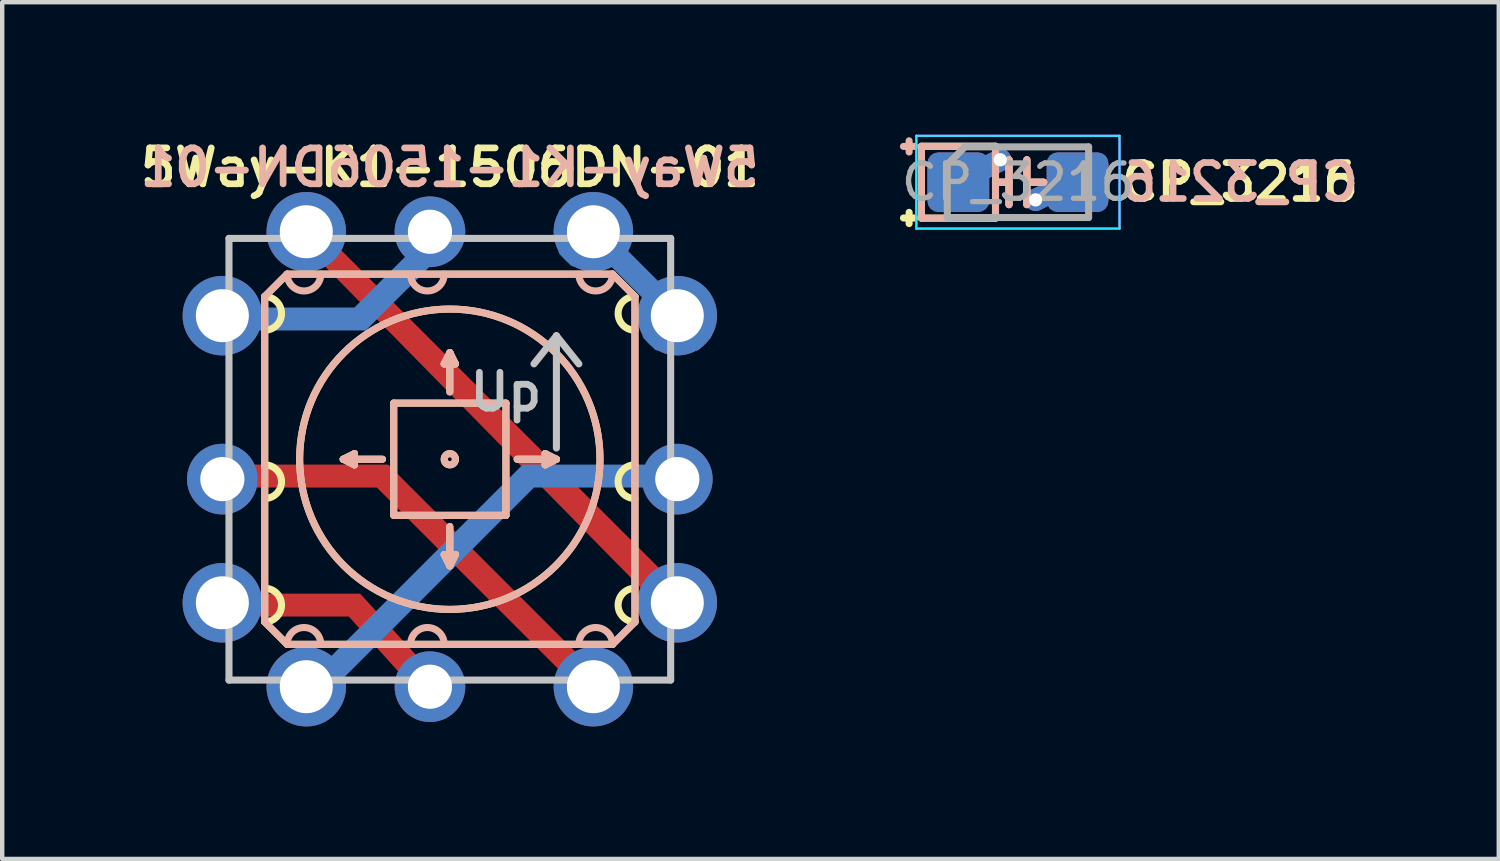
<source format=kicad_pcb>
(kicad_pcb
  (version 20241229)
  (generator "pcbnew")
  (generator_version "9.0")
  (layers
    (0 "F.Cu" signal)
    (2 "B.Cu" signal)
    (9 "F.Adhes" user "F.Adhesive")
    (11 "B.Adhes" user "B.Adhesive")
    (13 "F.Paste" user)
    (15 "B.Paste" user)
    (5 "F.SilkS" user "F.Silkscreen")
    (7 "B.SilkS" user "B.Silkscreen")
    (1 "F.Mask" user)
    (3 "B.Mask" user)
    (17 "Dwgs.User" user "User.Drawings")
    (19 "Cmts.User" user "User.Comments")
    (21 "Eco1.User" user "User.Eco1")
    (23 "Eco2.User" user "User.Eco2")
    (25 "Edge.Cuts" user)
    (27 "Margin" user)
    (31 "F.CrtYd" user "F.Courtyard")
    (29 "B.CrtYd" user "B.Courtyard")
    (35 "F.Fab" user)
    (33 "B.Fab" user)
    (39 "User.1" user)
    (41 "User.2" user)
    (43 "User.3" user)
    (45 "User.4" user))
  (footprint "5Way-K1-1506DN-01"
    (layer "F.Cu")
    (at 7.134 7.347)
    (property "Reference" "5Way-K1-1506DN-01" (at 0 -6.604 0) (layer "F.SilkS") (effects (font (size 0.813 0.813) (thickness 0.152))))
    (attr through_hole)
    (fp_line (start -4.191 -3.683) (end -3.683 -4.191) (stroke (width 0.16) (type solid)) (layer "F.SilkS"))
    (fp_line (start -4.191 3.683) (end -4.191 -3.683) (stroke (width 0.16) (type solid)) (layer "F.SilkS"))
    (fp_line (start -3.683 -4.191) (end 3.683 -4.191) (stroke (width 0.16) (type solid)) (layer "F.SilkS"))
    (fp_line (start -3.683 4.191) (end -4.191 3.683) (stroke (width 0.16) (type solid)) (layer "F.SilkS"))
    (fp_line (start -2.413 0) (end -2.159 -0.127) (stroke (width 0.16) (type solid)) (layer "F.SilkS"))
    (fp_line (start -2.159 -0.127) (end -2.159 0.127) (stroke (width 0.16) (type solid)) (layer "F.SilkS"))
    (fp_line (start -2.159 0.127) (end -2.413 0) (stroke (width 0.16) (type solid)) (layer "F.SilkS"))
    (fp_line (start -1.524 0) (end -2.413 0) (stroke (width 0.16) (type solid)) (layer "F.SilkS"))
    (fp_line (start -1.27 -1.27) (end -1.27 1.27) (stroke (width 0.16) (type solid)) (layer "F.SilkS"))
    (fp_line (start -1.27 1.27) (end 1.27 1.27) (stroke (width 0.16) (type solid)) (layer "F.SilkS"))
    (fp_line (start -0.127 -2.159) (end 0 -2.413) (stroke (width 0.16) (type solid)) (layer "F.SilkS"))
    (fp_line (start -0.127 2.159) (end 0.127 2.159) (stroke (width 0.16) (type solid)) (layer "F.SilkS"))
    (fp_line (start 0 -2.413) (end 0.127 -2.159) (stroke (width 0.16) (type solid)) (layer "F.SilkS"))
    (fp_line (start 0 -1.524) (end 0 -2.413) (stroke (width 0.16) (type solid)) (layer "F.SilkS"))
    (fp_line (start 0 1.524) (end 0 2.413) (stroke (width 0.16) (type solid)) (layer "F.SilkS"))
    (fp_line (start 0 2.413) (end -0.127 2.159) (stroke (width 0.16) (type solid)) (layer "F.SilkS"))
    (fp_line (start 0.127 -2.159) (end -0.127 -2.159) (stroke (width 0.16) (type solid)) (layer "F.SilkS"))
    (fp_line (start 0.127 2.159) (end 0 2.413) (stroke (width 0.16) (type solid)) (layer "F.SilkS"))
    (fp_line (start 1.27 -1.27) (end -1.27 -1.27) (stroke (width 0.16) (type solid)) (layer "F.SilkS"))
    (fp_line (start 1.27 1.27) (end 1.27 -1.27) (stroke (width 0.16) (type solid)) (layer "F.SilkS"))
    (fp_line (start 1.524 0) (end 2.413 0) (stroke (width 0.16) (type solid)) (layer "F.SilkS"))
    (fp_line (start 2.159 -0.127) (end 2.413 0) (stroke (width 0.16) (type solid)) (layer "F.SilkS"))
    (fp_line (start 2.159 0.127) (end 2.159 -0.127) (stroke (width 0.16) (type solid)) (layer "F.SilkS"))
    (fp_line (start 2.413 0) (end 2.159 0.127) (stroke (width 0.16) (type solid)) (layer "F.SilkS"))
    (fp_line (start 3.683 -4.191) (end 4.191 -3.683) (stroke (width 0.16) (type solid)) (layer "F.SilkS"))
    (fp_line (start 3.683 4.191) (end -3.683 4.191) (stroke (width 0.16) (type solid)) (layer "F.SilkS"))
    (fp_line (start 4.191 -3.683) (end 4.191 3.683) (stroke (width 0.16) (type solid)) (layer "F.SilkS"))
    (fp_line (start 4.191 3.683) (end 3.683 4.191) (stroke (width 0.16) (type solid)) (layer "F.SilkS"))
    (fp_arc (start -4.191 -3.683) (mid -3.81 -3.302) (end -4.191 -2.921) (stroke (width 0.16) (type solid)) (layer "F.SilkS"))
    (fp_arc (start -4.191 0.127) (mid -3.81 0.508) (end -4.191 0.889) (stroke (width 0.16) (type solid)) (layer "F.SilkS"))
    (fp_arc (start -4.191 2.921) (mid -3.81 3.302) (end -4.191 3.683) (stroke (width 0.16) (type solid)) (layer "F.SilkS"))
    (fp_arc (start 4.191 -2.921) (mid 3.81 -3.302) (end 4.191 -3.683) (stroke (width 0.16) (type solid)) (layer "F.SilkS"))
    (fp_arc (start 4.191 0.889) (mid 3.81 0.508) (end 4.191 0.127) (stroke (width 0.16) (type solid)) (layer "F.SilkS"))
    (fp_arc (start 4.191 3.683) (mid 3.81 3.302) (end 4.191 2.921) (stroke (width 0.16) (type solid)) (layer "F.SilkS"))
    (fp_circle (center 0 0) (end 0.127 0) (stroke (width 0.16) (type solid)) (fill no) (layer "F.SilkS"))
    (fp_circle (center 0 0) (end 3.4 0) (stroke (width 0.16) (type solid)) (fill no) (layer "F.SilkS"))
    (fp_line (start -4.191 -3.683) (end -3.683 -4.191) (stroke (width 0.16) (type solid)) (layer "B.SilkS"))
    (fp_line (start -4.191 3.683) (end -4.191 -3.683) (stroke (width 0.16) (type solid)) (layer "B.SilkS"))
    (fp_line (start -4.191 3.683) (end -3.683 4.191) (stroke (width 0.16) (type solid)) (layer "B.SilkS"))
    (fp_line (start -3.683 -4.191) (end 3.683 -4.191) (stroke (width 0.16) (type solid)) (layer "B.SilkS"))
    (fp_line (start -2.413 0) (end -2.159 -0.127) (stroke (width 0.16) (type solid)) (layer "B.SilkS"))
    (fp_line (start -2.159 -0.127) (end -2.159 0.127) (stroke (width 0.16) (type solid)) (layer "B.SilkS"))
    (fp_line (start -2.159 0.127) (end -2.413 0) (stroke (width 0.16) (type solid)) (layer "B.SilkS"))
    (fp_line (start -1.524 0) (end -2.413 0) (stroke (width 0.16) (type solid)) (layer "B.SilkS"))
    (fp_line (start -1.27 -1.27) (end -1.27 1.27) (stroke (width 0.16) (type solid)) (layer "B.SilkS"))
    (fp_line (start -1.27 1.27) (end 1.27 1.27) (stroke (width 0.16) (type solid)) (layer "B.SilkS"))
    (fp_line (start -0.127 -2.159) (end 0 -2.413) (stroke (width 0.16) (type solid)) (layer "B.SilkS"))
    (fp_line (start -0.127 2.159) (end 0.127 2.159) (stroke (width 0.16) (type solid)) (layer "B.SilkS"))
    (fp_line (start 0 -2.413) (end 0.127 -2.159) (stroke (width 0.16) (type solid)) (layer "B.SilkS"))
    (fp_line (start 0 -1.524) (end 0 -2.413) (stroke (width 0.16) (type solid)) (layer "B.SilkS"))
    (fp_line (start 0 1.524) (end 0 2.413) (stroke (width 0.16) (type solid)) (layer "B.SilkS"))
    (fp_line (start 0 2.413) (end -0.127 2.159) (stroke (width 0.16) (type solid)) (layer "B.SilkS"))
    (fp_line (start 0.127 -2.159) (end -0.127 -2.159) (stroke (width 0.16) (type solid)) (layer "B.SilkS"))
    (fp_line (start 0.127 2.159) (end 0 2.413) (stroke (width 0.16) (type solid)) (layer "B.SilkS"))
    (fp_line (start 1.27 -1.27) (end -1.27 -1.27) (stroke (width 0.16) (type solid)) (layer "B.SilkS"))
    (fp_line (start 1.27 1.27) (end 1.27 -1.27) (stroke (width 0.16) (type solid)) (layer "B.SilkS"))
    (fp_line (start 1.524 0) (end 2.413 0) (stroke (width 0.16) (type solid)) (layer "B.SilkS"))
    (fp_line (start 2.159 -0.127) (end 2.413 0) (stroke (width 0.16) (type solid)) (layer "B.SilkS"))
    (fp_line (start 2.159 0.127) (end 2.159 -0.127) (stroke (width 0.16) (type solid)) (layer "B.SilkS"))
    (fp_line (start 2.413 0) (end 2.159 0.127) (stroke (width 0.16) (type solid)) (layer "B.SilkS"))
    (fp_line (start 3.683 4.191) (end -3.683 4.191) (stroke (width 0.16) (type solid)) (layer "B.SilkS"))
    (fp_line (start 4.191 -3.683) (end 3.683 -4.191) (stroke (width 0.16) (type solid)) (layer "B.SilkS"))
    (fp_line (start 4.191 -3.683) (end 4.191 3.683) (stroke (width 0.16) (type solid)) (layer "B.SilkS"))
    (fp_line (start 4.191 3.683) (end 3.683 4.191) (stroke (width 0.16) (type solid)) (layer "B.SilkS"))
    (fp_arc (start -3.683 4.191) (mid -3.302 3.81) (end -2.921 4.191) (stroke (width 0.16) (type solid)) (layer "B.SilkS"))
    (fp_arc (start -2.921 -4.191) (mid -3.302 -3.81) (end -3.683 -4.191) (stroke (width 0.16) (type solid)) (layer "B.SilkS"))
    (fp_arc (start -0.889 4.191) (mid -0.508 3.81) (end -0.127 4.191) (stroke (width 0.16) (type solid)) (layer "B.SilkS"))
    (fp_arc (start -0.127 -4.191) (mid -0.508 -3.81) (end -0.889 -4.191) (stroke (width 0.16) (type solid)) (layer "B.SilkS"))
    (fp_arc (start 2.921 4.191) (mid 3.302 3.81) (end 3.683 4.191) (stroke (width 0.16) (type solid)) (layer "B.SilkS"))
    (fp_arc (start 3.683 -4.191) (mid 3.302 -3.81) (end 2.921 -4.191) (stroke (width 0.16) (type solid)) (layer "B.SilkS"))
    (fp_circle (center 0 0) (end 0 0.127) (stroke (width 0.16) (type solid)) (fill no) (layer "B.SilkS"))
    (fp_circle (center 0 0) (end 3.4 0) (stroke (width 0.16) (type solid)) (fill no) (layer "B.SilkS"))
    (fp_line (start -5 -5) (end 5 -5) (stroke (width 0.16) (type solid)) (layer "Dwgs.User"))
    (fp_line (start -5 5) (end -5 -5) (stroke (width 0.16) (type solid)) (layer "Dwgs.User"))
    (fp_line (start 2.413 -2.794) (end 1.905 -2.159) (stroke (width 0.16) (type solid)) (layer "Dwgs.User"))
    (fp_line (start 2.413 -2.794) (end 2.921 -2.159) (stroke (width 0.16) (type solid)) (layer "Dwgs.User"))
    (fp_line (start 2.413 -0.254) (end 2.413 -2.794) (stroke (width 0.16) (type solid)) (layer "Dwgs.User"))
    (fp_line (start 5 -5) (end 5 5) (stroke (width 0.16) (type solid)) (layer "Dwgs.User"))
    (fp_line (start 5 5) (end -5 5) (stroke (width 0.16) (type solid)) (layer "Dwgs.User"))
    (fp_text user "${REFERENCE}" (at 0 -6.604 0) (layer "B.SilkS") (effects (font (size 0.813 0.813) (thickness 0.152)) (justify mirror)))
    (fp_text user "Up" (at 1.27 -1.524 0) (layer "Dwgs.User") (effects (font (size 0.813 0.813) (thickness 0.152))))
    (pad "1" thru_hole circle (at -5.15 -3.25) (size 1.8 1.8) (drill 1.2) (layers "*.Cu" "*.Mask"))
    (pad "1" smd custom (at -2.54 -3.175) (size 0.5 0.5) (layers "B.Cu") (options (anchor circle)) (primitives (gr_poly (pts (xy -1.905 -0.254) (xy -2.413 -0.889) (xy -2.794 -0.889) (xy -3.302 -0.381) (xy -3.302 0.254) (xy -2.921 0.635) (xy -2.286 0.635) (xy -1.905 0.254) (xy 0.635 0.254) (xy 2.159 -1.27) (xy 2.413 -1.27) (xy 2.794 -1.651) (xy 2.794 -2.286) (xy 2.413 -2.667) (xy 1.778 -2.667) (xy 1.397 -2.286) (xy 1.397 -1.651) (xy 1.651 -1.524) (xy 0.381 -0.254)) (width 0.01) (fill yes))))
    (pad "1" thru_hole circle (at -0.45 -5.15) (size 1.6 1.6) (drill 1) (layers "*.Cu" "*.Mask"))
    (pad "2" thru_hole circle (at -5.15 0.45) (size 1.6 1.6) (drill 1) (layers "*.Cu" "*.Mask"))
    (pad "2" smd custom (at 2.032 3.937) (size 0.5 0.5) (layers "F.Cu") (options (anchor circle)) (primitives (gr_poly (pts (xy -6.604 -3.81) (xy -6.985 -4.191) (xy -7.366 -4.191) (xy -7.874 -3.683) (xy -7.874 -3.302) (xy -7.366 -2.794) (xy -6.985 -2.794) (xy -6.477 -3.302) (xy -3.683 -3.302) (xy 0.508 0.889) (xy 0.508 1.524) (xy 0.889 1.905) (xy 1.651 1.905) (xy 2.032 1.524) (xy 2.032 0.889) (xy 1.778 0.635) (xy 0.889 0.508) (xy -3.429 -3.81)) (width 0.01) (fill yes))))
    (pad "2" thru_hole circle (at 3.25 5.15) (size 1.8 1.8) (drill 1.2) (layers "*.Cu" "*.Mask"))
    (pad "3" thru_hole circle (at -5.15 3.25) (size 1.8 1.8) (drill 1.2) (layers "*.Cu" "*.Mask"))
    (pad "3" smd custom (at -1.778 3.81) (size 0.4 0.4) (layers "F.Cu") (options (anchor circle)) (primitives (gr_poly (pts (xy -2.667 -0.254) (xy -0.508 -0.254) (xy 0.635 1.016) (xy 0.635 1.651) (xy 1.016 2.032) (xy 1.651 2.032) (xy 2.032 1.651) (xy 2.032 1.016) (xy 1.651 0.635) (xy 1.016 0.635) (xy -0.254 -0.762) (xy -2.667 -0.762) (xy -2.667 -1.016) (xy -2.921 -1.27) (xy -3.81 -1.27) (xy -4.064 -0.889) (xy -4.064 -0.254) (xy -3.683 0.127) (xy -3.048 0.127)) (width 0.01) (fill yes))))
    (pad "3" thru_hole circle (at -0.45 5.15) (size 1.6 1.6) (drill 1) (layers "*.Cu" "*.Mask"))
    (pad "4" thru_hole circle (at -3.25 -5.15) (size 1.8 1.8) (drill 1.2) (layers "*.Cu" "*.Mask"))
    (pad "4" smd custom (at 0.95 -0.95) (size 0.2 0.2) (layers "F.Cu") (options (anchor rect)) (primitives (gr_poly (pts (xy -4.887 -4.511) (xy -4.887 -3.876) (xy -4.506 -3.495) (xy -3.744 -3.495) (xy 3.495 3.871) (xy 3.495 4.633) (xy 3.749 4.887) (xy 4.638 4.887) (xy 4.892 4.633) (xy 4.892 3.744) (xy 4.638 3.49) (xy 3.749 3.49) (xy -3.49 -3.749) (xy -3.49 -4.511) (xy -3.871 -4.892) (xy -4.506 -4.892)) (width 0.16) (fill yes))))
    (pad "4" thru_hole circle (at 5.15 3.25) (size 1.8 1.8) (drill 1.2) (layers "*.Cu" "*.Mask"))
    (pad "5" thru_hole circle (at -3.25 5.15) (size 1.8 1.8) (drill 1.2) (layers "*.Cu" "*.Mask"))
    (pad "5" smd custom (at 3.81 0.381) (size 0.5 0.5) (layers "B.Cu") (options (anchor circle)) (primitives (gr_poly (pts (xy -6.223 4.572) (xy -6.223 4.953) (xy -6.731 5.461) (xy -7.493 5.461) (xy -7.874 4.953) (xy -7.874 4.572) (xy -7.493 4.064) (xy -6.731 4.064) (xy -6.604 4.191) (xy -2.159 -0.254) (xy 0.635 -0.254) (xy 1.016 -0.635) (xy 1.651 -0.635) (xy 2.032 -0.254) (xy 2.032 0.381) (xy 1.651 0.762) (xy 1.016 0.762) (xy 0.635 0.381) (xy 0.635 0.254) (xy -1.905 0.254)) (width 0.01) (fill yes))))
    (pad "5" thru_hole circle (at 5.15 0.45) (size 1.6 1.6) (drill 1) (layers "*.Cu" "*.Mask"))
    (pad "6" thru_hole circle (at 3.25 -5.15) (size 1.8 1.8) (drill 1.2) (layers "*.Cu" "*.Mask"))
    (pad "6" smd custom (at 4.2 -4.2) (size 0.2 0.2) (layers "B.Cu") (options (anchor rect)) (primitives (gr_poly (pts (xy 1.642 0.517) (xy 1.642 1.406) (xy 1.388 1.66) (xy 0.499 1.66) (xy 0.245 1.406) (xy 0.245 0.517) (xy -0.517 -0.245) (xy -1.406 -0.245) (xy -1.66 -0.499) (xy -1.66 -1.388) (xy -1.406 -1.642) (xy -0.517 -1.642) (xy -0.263 -1.388) (xy -0.263 -0.499) (xy 0.499 0.263) (xy 1.388 0.263)) (width 0.16) (fill yes))))
    (pad "6" thru_hole circle (at 5.15 -3.25) (size 1.8 1.8) (drill 1.2) (layers "*.Cu" "*.Mask")))
  (footprint "CP_3216"
    (layer "F.Cu")
    (at 19.996 1.075)
    (property "Reference" "CP_3216" (at 2.25 0 0) (layer "F.SilkS") (effects (font (size 0.813 0.813) (thickness 0.152)) (justify left)))
    (attr smd)
    (fp_line (start -2.464 0.683) (end -2.464 0.937) (stroke (width 0.16) (type solid)) (layer "F.SilkS"))
    (fp_line (start -2.337 0.81) (end -2.591 0.81) (stroke (width 0.16) (type solid)) (layer "F.SilkS"))
    (fp_line (start -2.184 -0.813) (end -2.184 0.813) (stroke (width 0.16) (type solid)) (layer "F.SilkS"))
    (fp_line (start -2.184 0.813) (end -0.508 0.813) (stroke (width 0.16) (type solid)) (layer "F.SilkS"))
    (fp_line (start -0.508 -0.813) (end -2.184 -0.813) (stroke (width 0.16) (type solid)) (layer "F.SilkS"))
    (fp_line (start -0.508 0.813) (end -0.508 -0.813) (stroke (width 0.16) (type solid)) (layer "F.SilkS"))
    (fp_line (start -0.203 0) (end -0.508 0) (stroke (width 0.16) (type solid)) (layer "F.SilkS"))
    (fp_line (start -0.202 -0.508) (end -0.202 0.508) (stroke (width 0.16) (type solid)) (layer "F.SilkS"))
    (fp_line (start 0.202 -0.508) (end 0.202 0.508) (stroke (width 0.16) (type solid)) (layer "F.SilkS"))
    (fp_line (start 0.584 0) (end 0.203 0) (stroke (width 0.16) (type solid)) (layer "F.SilkS"))
    (fp_line (start -2.464 -0.683) (end -2.464 -0.937) (stroke (width 0.16) (type solid)) (layer "B.SilkS"))
    (fp_line (start -2.337 -0.81) (end -2.591 -0.81) (stroke (width 0.16) (type solid)) (layer "B.SilkS"))
    (fp_line (start -2.184 -0.813) (end -0.508 -0.813) (stroke (width 0.16) (type solid)) (layer "B.SilkS"))
    (fp_line (start -2.184 0.813) (end -2.184 -0.813) (stroke (width 0.16) (type solid)) (layer "B.SilkS"))
    (fp_line (start -0.508 -0.813) (end -0.508 0.813) (stroke (width 0.16) (type solid)) (layer "B.SilkS"))
    (fp_line (start -0.508 0.813) (end -2.184 0.813) (stroke (width 0.16) (type solid)) (layer "B.SilkS"))
    (fp_line (start -0.203 0) (end -0.508 0) (stroke (width 0.16) (type solid)) (layer "B.SilkS"))
    (fp_line (start -0.203 0) (end -0.508 0) (stroke (width 0.16) (type solid)) (layer "B.SilkS"))
    (fp_line (start -0.202 -0.508) (end -0.202 0.508) (stroke (width 0.16) (type solid)) (layer "B.SilkS"))
    (fp_line (start -0.202 0.508) (end -0.202 -0.508) (stroke (width 0.16) (type solid)) (layer "B.SilkS"))
    (fp_line (start 0.202 -0.508) (end 0.202 0.508) (stroke (width 0.16) (type solid)) (layer "B.SilkS"))
    (fp_line (start 0.202 0.508) (end 0.202 -0.508) (stroke (width 0.16) (type solid)) (layer "B.SilkS"))
    (fp_line (start 0.584 0) (end 0.203 0) (stroke (width 0.16) (type solid)) (layer "B.SilkS"))
    (fp_line (start 0.584 0) (end 0.203 0) (stroke (width 0.16) (type solid)) (layer "B.SilkS"))
    (fp_line (start -2.3 -1.05) (end 2.3 -1.05) (stroke (width 0.05) (type solid)) (layer "B.CrtYd"))
    (fp_line (start -2.3 1.05) (end -2.3 -1.05) (stroke (width 0.05) (type solid)) (layer "B.CrtYd"))
    (fp_line (start 2.3 -1.05) (end 2.3 1.05) (stroke (width 0.05) (type solid)) (layer "B.CrtYd"))
    (fp_line (start 2.3 1.05) (end -2.3 1.05) (stroke (width 0.05) (type solid)) (layer "B.CrtYd"))
    (fp_line (start -2.3 -1.05) (end 2.3 -1.05) (stroke (width 0.05) (type solid)) (layer "F.CrtYd"))
    (fp_line (start -2.3 1.05) (end -2.3 -1.05) (stroke (width 0.05) (type solid)) (layer "F.CrtYd"))
    (fp_line (start 2.3 -1.05) (end 2.3 1.05) (stroke (width 0.05) (type solid)) (layer "F.CrtYd"))
    (fp_line (start 2.3 1.05) (end -2.3 1.05) (stroke (width 0.05) (type solid)) (layer "F.CrtYd"))
    (fp_line (start -1.6 -0.4) (end -1.6 0.8) (stroke (width 0.16) (type solid)) (layer "F.Fab"))
    (fp_line (start -1.6 0.8) (end 1.6 0.8) (stroke (width 0.16) (type solid)) (layer "F.Fab"))
    (fp_line (start -1.2 -0.8) (end -1.6 -0.4) (stroke (width 0.16) (type solid)) (layer "F.Fab"))
    (fp_line (start 1.6 -0.8) (end -1.2 -0.8) (stroke (width 0.16) (type solid)) (layer "F.Fab"))
    (fp_line (start 1.6 0.8) (end 1.6 -0.8) (stroke (width 0.16) (type solid)) (layer "F.Fab"))
    (fp_text user "${REFERENCE}" (at 2.25 0 0) (layer "B.SilkS") (effects (font (size 0.813 0.813) (thickness 0.152)) (justify right mirror)))
    (fp_text user "${REFERENCE}" (at 0 0 0) (layer "F.Fab") (effects (font (size 0.8 0.8) (thickness 0.12))))
    (pad "1" smd custom (at -1.35 0) (size 0.01 0.01) (layers "F.Cu") (options (anchor circle)) (primitives (gr_line (start -0.05 0) (end 0.95 -0.5) (width 0.5))))
    (pad "1" smd custom (at -1.35 0) (size 0.01 0.01) (layers "B.Cu") (options (anchor circle)) (primitives (gr_line (start -0.05 0) (end 0.95 -0.5) (width 0.5))))
    (pad "1" smd roundrect (at -1.35 0) (size 1.4 1.35) (layers "F.Cu" "F.Mask" "F.Paste") (roundrect_rratio 0.185))
    (pad "1" smd roundrect (at -1.35 0) (size 1.4 1.35) (layers "B.Cu" "B.Mask" "B.Paste") (roundrect_rratio 0.185))
    (pad "1" thru_hole circle (at -0.4 -0.508) (size 0.5 0.5) (drill 0.3) (layers "*.Cu"))
    (pad "2" thru_hole circle (at 0.4 0.4) (size 0.5 0.5) (drill 0.3) (layers "*.Cu"))
    (pad "2" smd custom (at 1.35 0) (size 0.01 0.01) (layers "F.Cu") (options (anchor circle)) (primitives (gr_line (start -0.95 0.4) (end 0.05 -0.1) (width 0.5))))
    (pad "2" smd custom (at 1.35 0) (size 0.01 0.01) (layers "B.Cu") (options (anchor circle)) (primitives (gr_line (start -0.95 0.4) (end 0.05 -0.1) (width 0.5))))
    (pad "2" smd roundrect (at 1.35 0) (size 1.4 1.35) (layers "F.Cu" "F.Mask" "F.Paste") (roundrect_rratio 0.185))
    (pad "2" smd roundrect (at 1.35 0) (size 1.4 1.35) (layers "B.Cu" "B.Mask" "B.Paste") (roundrect_rratio 0.185)))
  (gr_rect
    (start -3 -3)
    (end 30.882 16.397)
    (stroke (width 0.1) (type default))
    (fill no)
    (layer "Edge.Cuts")))
</source>
